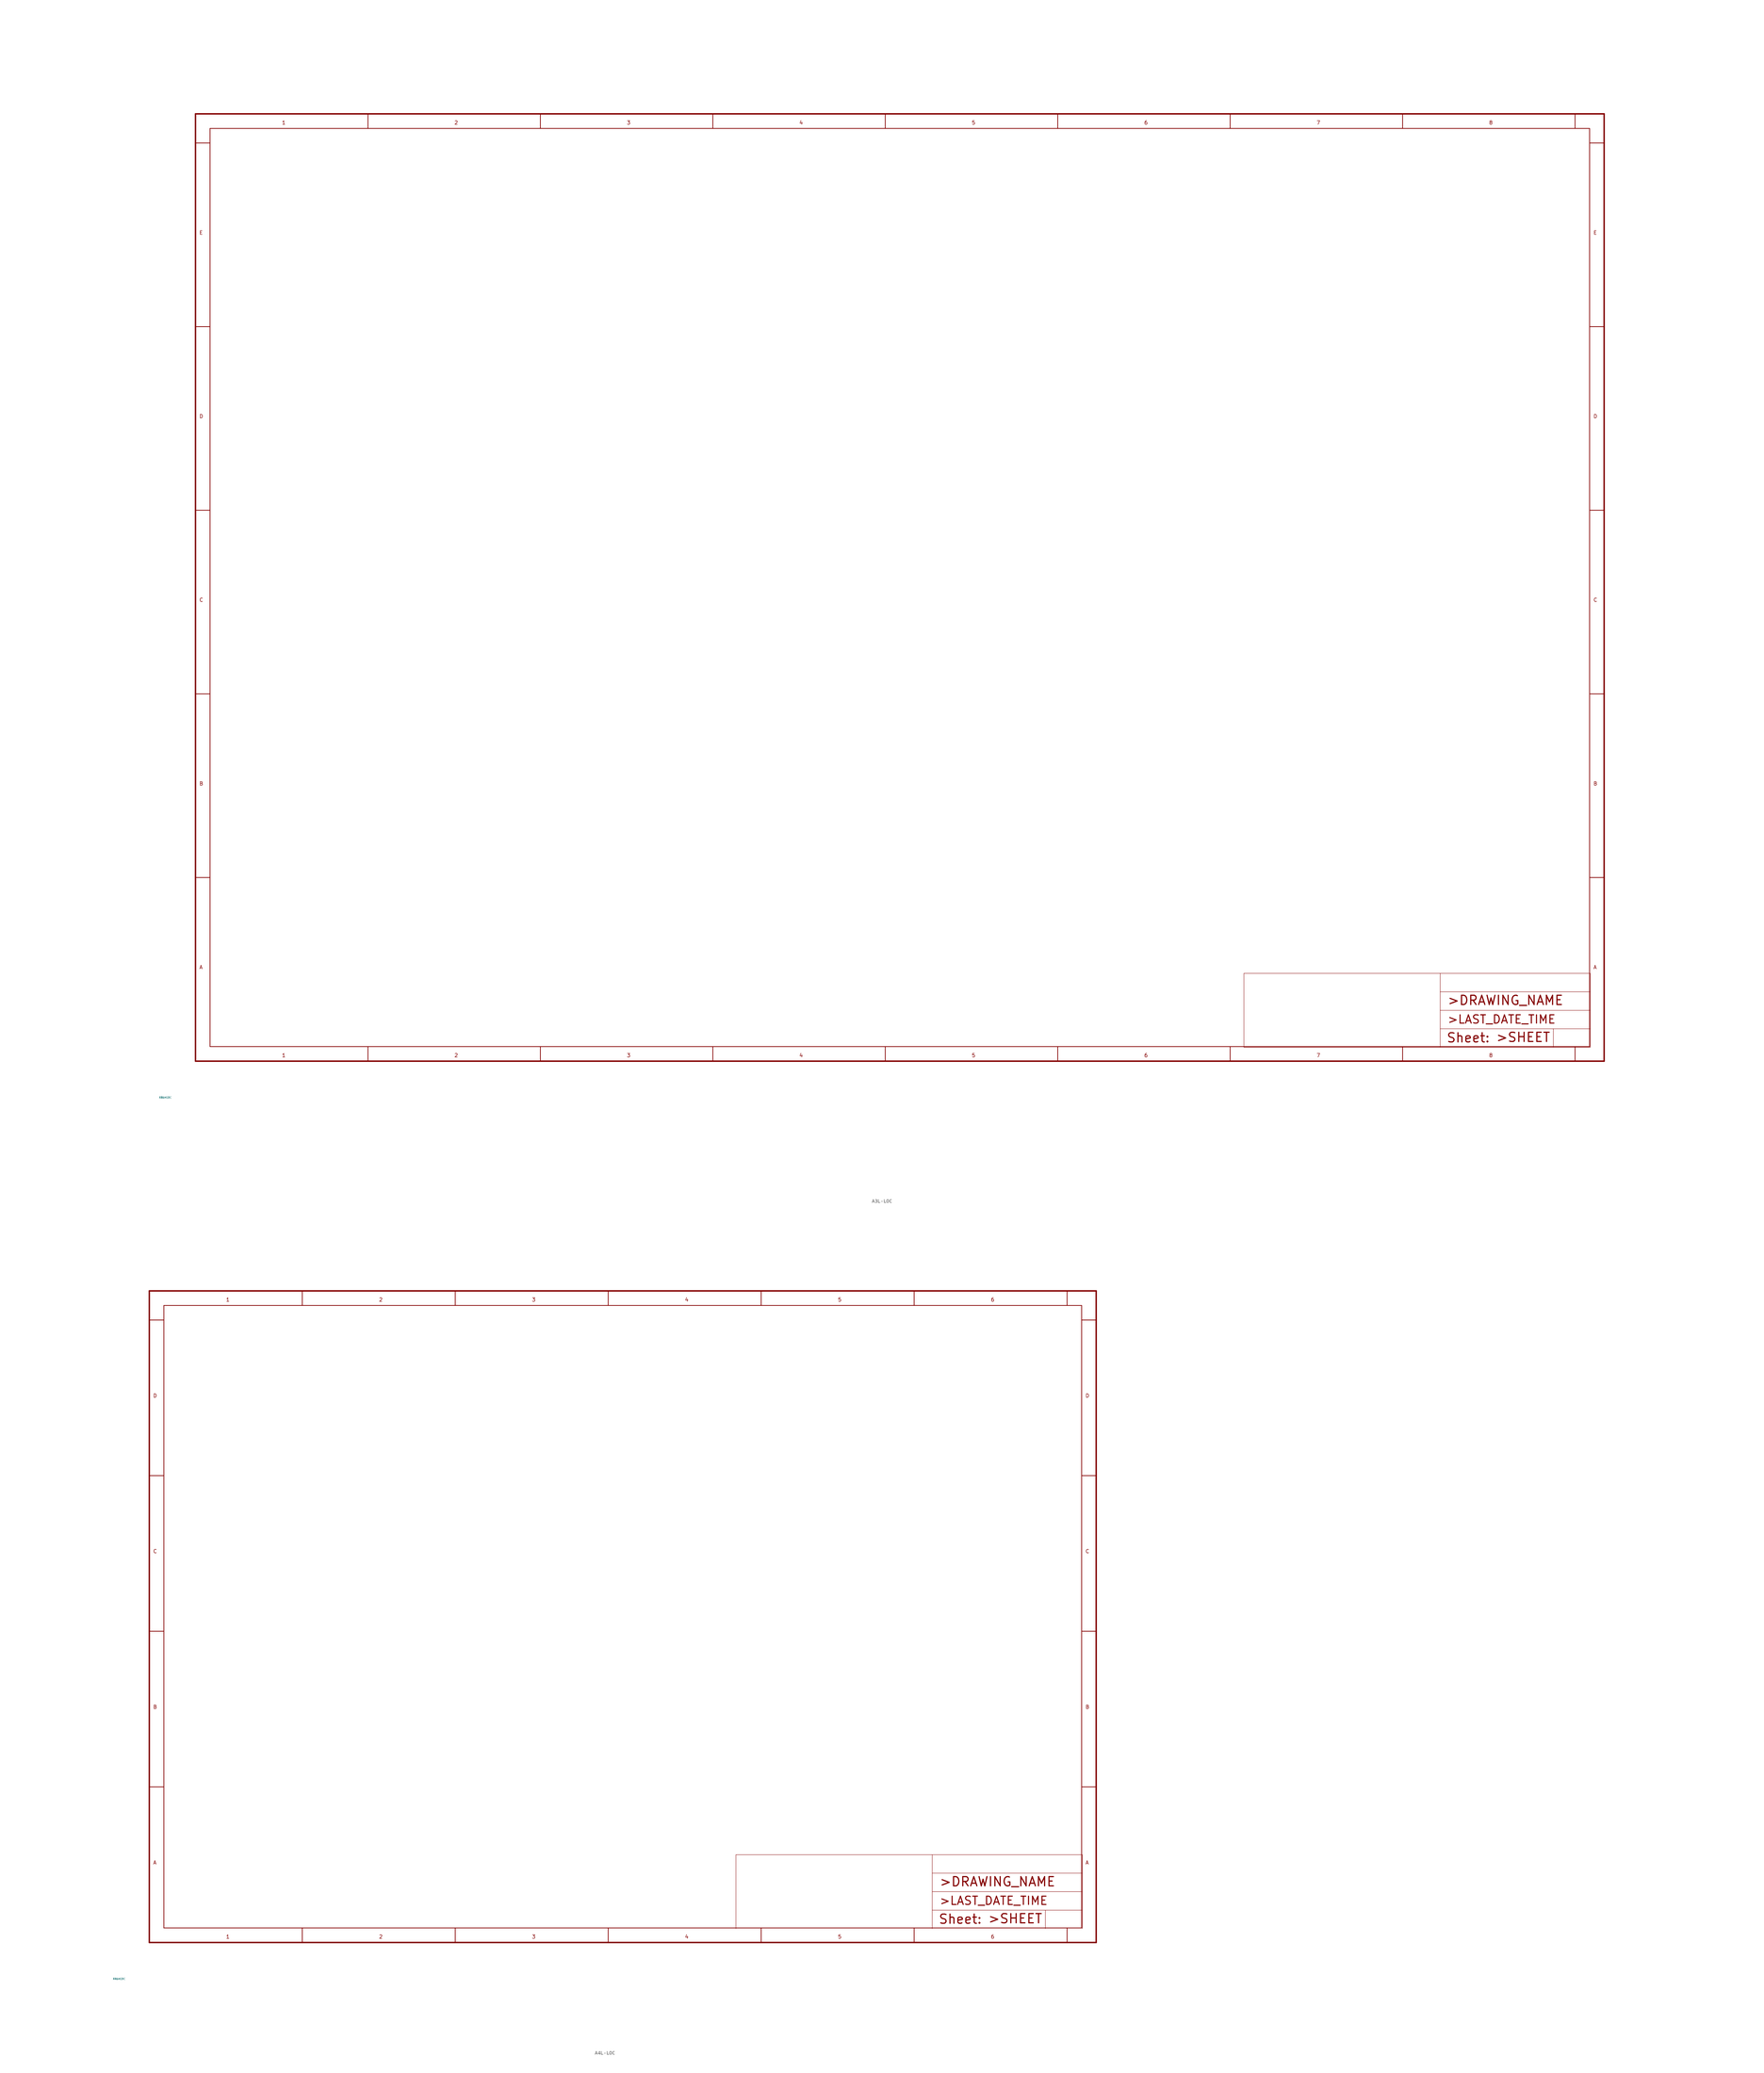
<source format=kicad_sym>
(kicad_symbol_lib
  (version 20220914)
  (generator Eagle2Kicad)
  (symbol "A3L-LOC"
    (property "Reference" "FRAME"
      (at -10 -10 0)
      (effects (font (size 0.5 0.5) (thickness 0.06)) (justify left)))
    (property "Value" "A3L-LOC"
      (at -10 -10 0)
      (effects (font (size 0.5 0.5) (thickness 0.06)) (justify left)))
    (polyline
      (pts (xy 288.29 3.81) (xy 342.265 3.81))
      (stroke (width 0.102) (type default))
      (fill (type none)))
    (polyline
      (pts (xy 342.265 3.81) (xy 373.38 3.81))
      (stroke (width 0.102) (type default))
      (fill (type none)))
    (polyline
      (pts (xy 373.38 3.81) (xy 383.54 3.81))
      (stroke (width 0.102) (type default))
      (fill (type none)))
    (polyline
      (pts (xy 383.54 3.81) (xy 383.54 8.89))
      (stroke (width 0.102) (type default))
      (fill (type none)))
    (polyline
      (pts (xy 383.54 8.89) (xy 383.54 13.97))
      (stroke (width 0.102) (type default))
      (fill (type none)))
    (polyline
      (pts (xy 383.54 13.97) (xy 383.54 19.05))
      (stroke (width 0.102) (type default))
      (fill (type none)))
    (polyline
      (pts (xy 383.54 19.05) (xy 383.54 24.13))
      (stroke (width 0.102) (type default))
      (fill (type none)))
    (polyline
      (pts (xy 288.29 3.81) (xy 288.29 24.13))
      (stroke (width 0.102) (type default))
      (fill (type none)))
    (polyline
      (pts (xy 288.29 24.13) (xy 342.265 24.13))
      (stroke (width 0.102) (type default))
      (fill (type none)))
    (polyline
      (pts (xy 342.265 24.13) (xy 383.54 24.13))
      (stroke (width 0.102) (type default))
      (fill (type none)))
    (polyline
      (pts (xy 373.38 3.81) (xy 373.38 8.89))
      (stroke (width 0.102) (type default))
      (fill (type none)))
    (polyline
      (pts (xy 373.38 8.89) (xy 383.54 8.89))
      (stroke (width 0.102) (type default))
      (fill (type none)))
    (polyline
      (pts (xy 373.38 8.89) (xy 342.265 8.89))
      (stroke (width 0.102) (type default))
      (fill (type none)))
    (polyline
      (pts (xy 342.265 8.89) (xy 342.265 3.81))
      (stroke (width 0.102) (type default))
      (fill (type none)))
    (polyline
      (pts (xy 342.265 8.89) (xy 342.265 13.97))
      (stroke (width 0.102) (type default))
      (fill (type none)))
    (polyline
      (pts (xy 342.265 13.97) (xy 383.54 13.97))
      (stroke (width 0.102) (type default))
      (fill (type none)))
    (polyline
      (pts (xy 342.265 13.97) (xy 342.265 19.05))
      (stroke (width 0.102) (type default))
      (fill (type none)))
    (polyline
      (pts (xy 342.265 19.05) (xy 383.54 19.05))
      (stroke (width 0.102) (type default))
      (fill (type none)))
    (polyline
      (pts (xy 342.265 19.05) (xy 342.265 24.13))
      (stroke (width 0.102) (type default))
      (fill (type none)))
    (text ">DRAWING_NAME"
      (at 344.17 15.24 0)
      (effects (font (size 2.54 2.54) (thickness 0.32)) (justify left bottom)))
    (text ">LAST_DATE_TIME"
      (at 344.17 10.16 0)
      (effects (font (size 2.286 2.286) (thickness 0.29)) (justify left bottom)))
    (text ">SHEET"
      (at 357.505 5.08 0)
      (effects (font (size 2.54 2.54) (thickness 0.32)) (justify left bottom)))
    (text "Sheet:"
      (at 343.916 4.953 0)
      (effects (font (size 2.54 2.54) (thickness 0.32)) (justify left bottom)))
    (polyline
      (pts (xy 0 0) (xy 387.35 0))
      (stroke (width 0.4) (type default))
      (fill (type none)))
    (polyline
      (pts (xy 0 260.35) (xy 387.35 260.35))
      (stroke (width 0.4) (type default))
      (fill (type none)))
    (polyline
      (pts (xy 0 0) (xy 0 260.35))
      (stroke (width 0.4) (type default))
      (fill (type none)))
    (polyline
      (pts (xy 387.35 0) (xy 387.35 260.35))
      (stroke (width 0.4) (type default))
      (fill (type none)))
    (polyline
      (pts (xy 4 4) (xy 383.35 4))
      (stroke (width 0.2) (type default))
      (fill (type none)))
    (polyline
      (pts (xy 47.419 0) (xy 47.419 4))
      (stroke (width 0.2) (type default))
      (fill (type none)))
    (text "1"
      (at 23.709 1 0)
      (effects (font (size 1 1) (thickness 0.13)) (justify left bottom)))
    (polyline
      (pts (xy 94.838 0) (xy 94.838 4))
      (stroke (width 0.2) (type default))
      (fill (type none)))
    (text "2"
      (at 71.128 1 0)
      (effects (font (size 1 1) (thickness 0.13)) (justify left bottom)))
    (polyline
      (pts (xy 142.256 0) (xy 142.256 4))
      (stroke (width 0.2) (type default))
      (fill (type none)))
    (text "3"
      (at 118.547 1 0)
      (effects (font (size 1 1) (thickness 0.13)) (justify left bottom)))
    (polyline
      (pts (xy 189.675 0) (xy 189.675 4))
      (stroke (width 0.2) (type default))
      (fill (type none)))
    (text "4"
      (at 165.966 1 0)
      (effects (font (size 1 1) (thickness 0.13)) (justify left bottom)))
    (polyline
      (pts (xy 237.094 0) (xy 237.094 4))
      (stroke (width 0.2) (type default))
      (fill (type none)))
    (text "5"
      (at 213.384 1 0)
      (effects (font (size 1 1) (thickness 0.13)) (justify left bottom)))
    (polyline
      (pts (xy 284.512 0) (xy 284.512 4))
      (stroke (width 0.2) (type default))
      (fill (type none)))
    (text "6"
      (at 260.803 1 0)
      (effects (font (size 1 1) (thickness 0.13)) (justify left bottom)))
    (polyline
      (pts (xy 331.931 0) (xy 331.931 4))
      (stroke (width 0.2) (type default))
      (fill (type none)))
    (text "7"
      (at 308.222 1 0)
      (effects (font (size 1 1) (thickness 0.13)) (justify left bottom)))
    (polyline
      (pts (xy 379.35 0) (xy 379.35 4))
      (stroke (width 0.2) (type default))
      (fill (type none)))
    (text "8"
      (at 355.641 1 0)
      (effects (font (size 1 1) (thickness 0.13)) (justify left bottom)))
    (polyline
      (pts (xy 4 256.35) (xy 383.35 256.35))
      (stroke (width 0.2) (type default))
      (fill (type none)))
    (polyline
      (pts (xy 47.419 256.35) (xy 47.419 260.35))
      (stroke (width 0.2) (type default))
      (fill (type none)))
    (text "1"
      (at 23.709 257.35 0)
      (effects (font (size 1 1) (thickness 0.13)) (justify left bottom)))
    (polyline
      (pts (xy 94.838 256.35) (xy 94.838 260.35))
      (stroke (width 0.2) (type default))
      (fill (type none)))
    (text "2"
      (at 71.128 257.35 0)
      (effects (font (size 1 1) (thickness 0.13)) (justify left bottom)))
    (polyline
      (pts (xy 142.256 256.35) (xy 142.256 260.35))
      (stroke (width 0.2) (type default))
      (fill (type none)))
    (text "3"
      (at 118.547 257.35 0)
      (effects (font (size 1 1) (thickness 0.13)) (justify left bottom)))
    (polyline
      (pts (xy 189.675 256.35) (xy 189.675 260.35))
      (stroke (width 0.2) (type default))
      (fill (type none)))
    (text "4"
      (at 165.966 257.35 0)
      (effects (font (size 1 1) (thickness 0.13)) (justify left bottom)))
    (polyline
      (pts (xy 237.094 256.35) (xy 237.094 260.35))
      (stroke (width 0.2) (type default))
      (fill (type none)))
    (text "5"
      (at 213.384 257.35 0)
      (effects (font (size 1 1) (thickness 0.13)) (justify left bottom)))
    (polyline
      (pts (xy 284.512 256.35) (xy 284.512 260.35))
      (stroke (width 0.2) (type default))
      (fill (type none)))
    (text "6"
      (at 260.803 257.35 0)
      (effects (font (size 1 1) (thickness 0.13)) (justify left bottom)))
    (polyline
      (pts (xy 331.931 256.35) (xy 331.931 260.35))
      (stroke (width 0.2) (type default))
      (fill (type none)))
    (text "7"
      (at 308.222 257.35 0)
      (effects (font (size 1 1) (thickness 0.13)) (justify left bottom)))
    (polyline
      (pts (xy 379.35 256.35) (xy 379.35 260.35))
      (stroke (width 0.2) (type default))
      (fill (type none)))
    (text "8"
      (at 355.641 257.35 0)
      (effects (font (size 1 1) (thickness 0.13)) (justify left bottom)))
    (polyline
      (pts (xy 4 4) (xy 4 256.35))
      (stroke (width 0.2) (type default))
      (fill (type none)))
    (polyline
      (pts (xy 0 50.47) (xy 4 50.47))
      (stroke (width 0.2) (type default))
      (fill (type none)))
    (text "A"
      (at 1 25.235 0)
      (effects (font (size 1 1) (thickness 0.13)) (justify left bottom)))
    (polyline
      (pts (xy 0 100.94) (xy 4 100.94))
      (stroke (width 0.2) (type default))
      (fill (type none)))
    (text "B"
      (at 1 75.705 0)
      (effects (font (size 1 1) (thickness 0.13)) (justify left bottom)))
    (polyline
      (pts (xy 0 151.41) (xy 4 151.41))
      (stroke (width 0.2) (type default))
      (fill (type none)))
    (text "C"
      (at 1 126.175 0)
      (effects (font (size 1 1) (thickness 0.13)) (justify left bottom)))
    (polyline
      (pts (xy 0 201.88) (xy 4 201.88))
      (stroke (width 0.2) (type default))
      (fill (type none)))
    (text "D"
      (at 1 176.645 0)
      (effects (font (size 1 1) (thickness 0.13)) (justify left bottom)))
    (polyline
      (pts (xy 0 252.35) (xy 4 252.35))
      (stroke (width 0.2) (type default))
      (fill (type none)))
    (text "E"
      (at 1 227.115 0)
      (effects (font (size 1 1) (thickness 0.13)) (justify left bottom)))
    (polyline
      (pts (xy 383.35 4) (xy 383.35 256.35))
      (stroke (width 0.2) (type default))
      (fill (type none)))
    (polyline
      (pts (xy 383.35 50.47) (xy 387.35 50.47))
      (stroke (width 0.2) (type default))
      (fill (type none)))
    (text "A"
      (at 384.35 25.235 0)
      (effects (font (size 1 1) (thickness 0.13)) (justify left bottom)))
    (polyline
      (pts (xy 383.35 100.94) (xy 387.35 100.94))
      (stroke (width 0.2) (type default))
      (fill (type none)))
    (text "B"
      (at 384.35 75.705 0)
      (effects (font (size 1 1) (thickness 0.13)) (justify left bottom)))
    (polyline
      (pts (xy 383.35 151.41) (xy 387.35 151.41))
      (stroke (width 0.2) (type default))
      (fill (type none)))
    (text "C"
      (at 384.35 126.175 0)
      (effects (font (size 1 1) (thickness 0.13)) (justify left bottom)))
    (polyline
      (pts (xy 383.35 201.88) (xy 387.35 201.88))
      (stroke (width 0.2) (type default))
      (fill (type none)))
    (text "D"
      (at 384.35 176.645 0)
      (effects (font (size 1 1) (thickness 0.13)) (justify left bottom)))
    (polyline
      (pts (xy 383.35 252.35) (xy 387.35 252.35))
      (stroke (width 0.2) (type default))
      (fill (type none)))
    (text "E"
      (at 384.35 227.115 0)
      (effects (font (size 1 1) (thickness 0.13)) (justify left bottom))))
  (symbol "A4L-LOC"
    (property "Reference" "FRAME"
      (at -10 -10 0)
      (effects (font (size 0.5 0.5) (thickness 0.06)) (justify left)))
    (property "Value" "A4L-LOC"
      (at -10 -10 0)
      (effects (font (size 0.5 0.5) (thickness 0.06)) (justify left)))
    (polyline
      (pts (xy 256.54 3.81) (xy 256.54 8.89))
      (stroke (width 0.102) (type default))
      (fill (type none)))
    (polyline
      (pts (xy 256.54 8.89) (xy 256.54 13.97))
      (stroke (width 0.102) (type default))
      (fill (type none)))
    (polyline
      (pts (xy 256.54 13.97) (xy 256.54 19.05))
      (stroke (width 0.102) (type default))
      (fill (type none)))
    (polyline
      (pts (xy 256.54 19.05) (xy 256.54 24.13))
      (stroke (width 0.102) (type default))
      (fill (type none)))
    (polyline
      (pts (xy 161.29 3.81) (xy 161.29 24.13))
      (stroke (width 0.102) (type default))
      (fill (type none)))
    (polyline
      (pts (xy 161.29 24.13) (xy 215.265 24.13))
      (stroke (width 0.102) (type default))
      (fill (type none)))
    (polyline
      (pts (xy 215.265 24.13) (xy 256.54 24.13))
      (stroke (width 0.102) (type default))
      (fill (type none)))
    (polyline
      (pts (xy 246.38 3.81) (xy 246.38 8.89))
      (stroke (width 0.102) (type default))
      (fill (type none)))
    (polyline
      (pts (xy 246.38 8.89) (xy 256.54 8.89))
      (stroke (width 0.102) (type default))
      (fill (type none)))
    (polyline
      (pts (xy 246.38 8.89) (xy 215.265 8.89))
      (stroke (width 0.102) (type default))
      (fill (type none)))
    (polyline
      (pts (xy 215.265 8.89) (xy 215.265 3.81))
      (stroke (width 0.102) (type default))
      (fill (type none)))
    (polyline
      (pts (xy 215.265 8.89) (xy 215.265 13.97))
      (stroke (width 0.102) (type default))
      (fill (type none)))
    (polyline
      (pts (xy 215.265 13.97) (xy 256.54 13.97))
      (stroke (width 0.102) (type default))
      (fill (type none)))
    (polyline
      (pts (xy 215.265 13.97) (xy 215.265 19.05))
      (stroke (width 0.102) (type default))
      (fill (type none)))
    (polyline
      (pts (xy 215.265 19.05) (xy 256.54 19.05))
      (stroke (width 0.102) (type default))
      (fill (type none)))
    (polyline
      (pts (xy 215.265 19.05) (xy 215.265 24.13))
      (stroke (width 0.102) (type default))
      (fill (type none)))
    (text ">DRAWING_NAME"
      (at 217.17 15.24 0)
      (effects (font (size 2.54 2.54) (thickness 0.32)) (justify left bottom)))
    (text ">LAST_DATE_TIME"
      (at 217.17 10.16 0)
      (effects (font (size 2.286 2.286) (thickness 0.29)) (justify left bottom)))
    (text ">SHEET"
      (at 230.505 5.08 0)
      (effects (font (size 2.54 2.54) (thickness 0.32)) (justify left bottom)))
    (text "Sheet:"
      (at 216.916 4.953 0)
      (effects (font (size 2.54 2.54) (thickness 0.32)) (justify left bottom)))
    (polyline
      (pts (xy 0 0) (xy 260.35 0))
      (stroke (width 0.4) (type default))
      (fill (type none)))
    (polyline
      (pts (xy 0 179.07) (xy 260.35 179.07))
      (stroke (width 0.4) (type default))
      (fill (type none)))
    (polyline
      (pts (xy 0 0) (xy 0 179.07))
      (stroke (width 0.4) (type default))
      (fill (type none)))
    (polyline
      (pts (xy 260.35 0) (xy 260.35 179.07))
      (stroke (width 0.4) (type default))
      (fill (type none)))
    (polyline
      (pts (xy 4 4) (xy 256.35 4))
      (stroke (width 0.2) (type default))
      (fill (type none)))
    (polyline
      (pts (xy 42.058 0) (xy 42.058 4))
      (stroke (width 0.2) (type default))
      (fill (type none)))
    (text "1"
      (at 21.029 1 0)
      (effects (font (size 1 1) (thickness 0.13)) (justify left bottom)))
    (polyline
      (pts (xy 84.117 0) (xy 84.117 4))
      (stroke (width 0.2) (type default))
      (fill (type none)))
    (text "2"
      (at 63.087 1 0)
      (effects (font (size 1 1) (thickness 0.13)) (justify left bottom)))
    (polyline
      (pts (xy 126.175 0) (xy 126.175 4))
      (stroke (width 0.2) (type default))
      (fill (type none)))
    (text "3"
      (at 105.146 1 0)
      (effects (font (size 1 1) (thickness 0.13)) (justify left bottom)))
    (polyline
      (pts (xy 168.233 0) (xy 168.233 4))
      (stroke (width 0.2) (type default))
      (fill (type none)))
    (text "4"
      (at 147.204 1 0)
      (effects (font (size 1 1) (thickness 0.13)) (justify left bottom)))
    (polyline
      (pts (xy 210.292 0) (xy 210.292 4))
      (stroke (width 0.2) (type default))
      (fill (type none)))
    (text "5"
      (at 189.262 1 0)
      (effects (font (size 1 1) (thickness 0.13)) (justify left bottom)))
    (polyline
      (pts (xy 252.35 0) (xy 252.35 4))
      (stroke (width 0.2) (type default))
      (fill (type none)))
    (text "6"
      (at 231.321 1 0)
      (effects (font (size 1 1) (thickness 0.13)) (justify left bottom)))
    (polyline
      (pts (xy 4 175.07) (xy 256.35 175.07))
      (stroke (width 0.2) (type default))
      (fill (type none)))
    (polyline
      (pts (xy 42.058 175.07) (xy 42.058 179.07))
      (stroke (width 0.2) (type default))
      (fill (type none)))
    (text "1"
      (at 21.029 176.07 0)
      (effects (font (size 1 1) (thickness 0.13)) (justify left bottom)))
    (polyline
      (pts (xy 84.117 175.07) (xy 84.117 179.07))
      (stroke (width 0.2) (type default))
      (fill (type none)))
    (text "2"
      (at 63.087 176.07 0)
      (effects (font (size 1 1) (thickness 0.13)) (justify left bottom)))
    (polyline
      (pts (xy 126.175 175.07) (xy 126.175 179.07))
      (stroke (width 0.2) (type default))
      (fill (type none)))
    (text "3"
      (at 105.146 176.07 0)
      (effects (font (size 1 1) (thickness 0.13)) (justify left bottom)))
    (polyline
      (pts (xy 168.233 175.07) (xy 168.233 179.07))
      (stroke (width 0.2) (type default))
      (fill (type none)))
    (text "4"
      (at 147.204 176.07 0)
      (effects (font (size 1 1) (thickness 0.13)) (justify left bottom)))
    (polyline
      (pts (xy 210.292 175.07) (xy 210.292 179.07))
      (stroke (width 0.2) (type default))
      (fill (type none)))
    (text "5"
      (at 189.262 176.07 0)
      (effects (font (size 1 1) (thickness 0.13)) (justify left bottom)))
    (polyline
      (pts (xy 252.35 175.07) (xy 252.35 179.07))
      (stroke (width 0.2) (type default))
      (fill (type none)))
    (text "6"
      (at 231.321 176.07 0)
      (effects (font (size 1 1) (thickness 0.13)) (justify left bottom)))
    (polyline
      (pts (xy 4 4) (xy 4 175.07))
      (stroke (width 0.2) (type default))
      (fill (type none)))
    (polyline
      (pts (xy 0 42.767) (xy 4 42.767))
      (stroke (width 0.2) (type default))
      (fill (type none)))
    (text "A"
      (at 1 21.384 0)
      (effects (font (size 1 1) (thickness 0.13)) (justify left bottom)))
    (polyline
      (pts (xy 0 85.535) (xy 4 85.535))
      (stroke (width 0.2) (type default))
      (fill (type none)))
    (text "B"
      (at 1 64.151 0)
      (effects (font (size 1 1) (thickness 0.13)) (justify left bottom)))
    (polyline
      (pts (xy 0 128.303) (xy 4 128.303))
      (stroke (width 0.2) (type default))
      (fill (type none)))
    (text "C"
      (at 1 106.919 0)
      (effects (font (size 1 1) (thickness 0.13)) (justify left bottom)))
    (polyline
      (pts (xy 0 171.07) (xy 4 171.07))
      (stroke (width 0.2) (type default))
      (fill (type none)))
    (text "D"
      (at 1 149.686 0)
      (effects (font (size 1 1) (thickness 0.13)) (justify left bottom)))
    (polyline
      (pts (xy 256.35 4) (xy 256.35 175.07))
      (stroke (width 0.2) (type default))
      (fill (type none)))
    (polyline
      (pts (xy 256.35 42.767) (xy 260.35 42.767))
      (stroke (width 0.2) (type default))
      (fill (type none)))
    (text "A"
      (at 257.35 21.384 0)
      (effects (font (size 1 1) (thickness 0.13)) (justify left bottom)))
    (polyline
      (pts (xy 256.35 85.535) (xy 260.35 85.535))
      (stroke (width 0.2) (type default))
      (fill (type none)))
    (text "B"
      (at 257.35 64.151 0)
      (effects (font (size 1 1) (thickness 0.13)) (justify left bottom)))
    (polyline
      (pts (xy 256.35 128.303) (xy 260.35 128.303))
      (stroke (width 0.2) (type default))
      (fill (type none)))
    (text "C"
      (at 257.35 106.919 0)
      (effects (font (size 1 1) (thickness 0.13)) (justify left bottom)))
    (polyline
      (pts (xy 256.35 171.07) (xy 260.35 171.07))
      (stroke (width 0.2) (type default))
      (fill (type none)))
    (text "D"
      (at 257.35 149.686 0)
      (effects (font (size 1 1) (thickness 0.13)) (justify left bottom)))))
</source>
